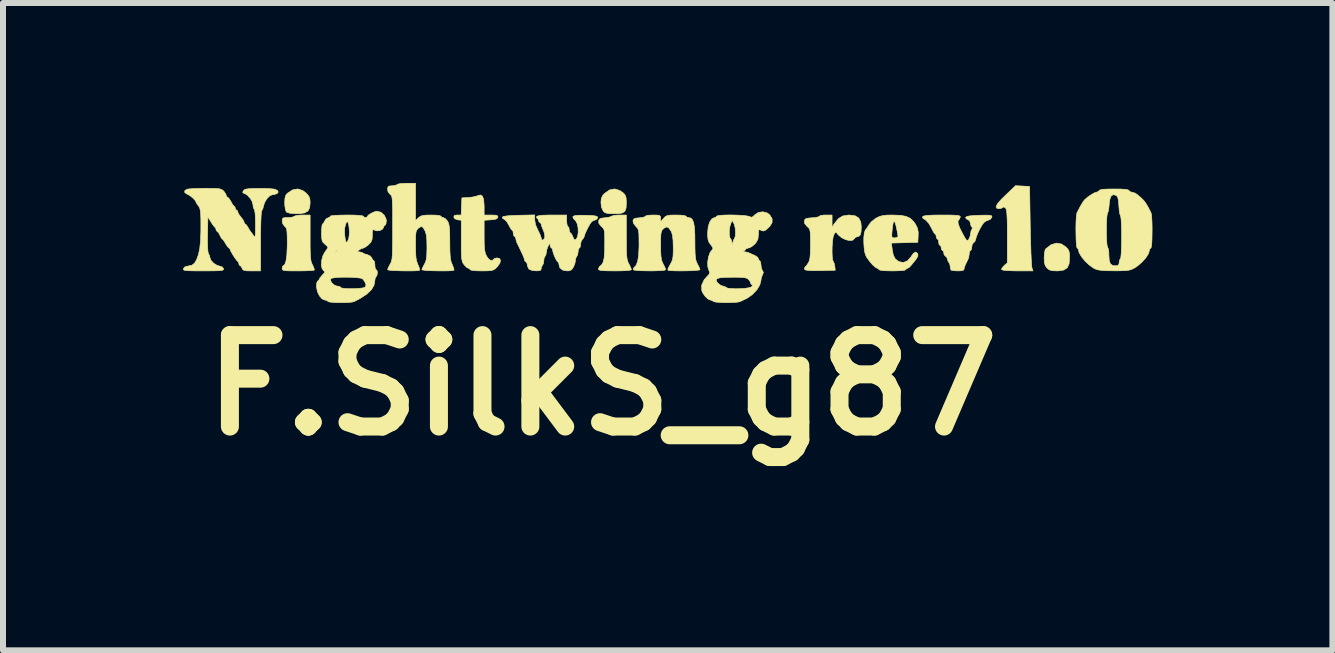
<source format=kicad_pcb>
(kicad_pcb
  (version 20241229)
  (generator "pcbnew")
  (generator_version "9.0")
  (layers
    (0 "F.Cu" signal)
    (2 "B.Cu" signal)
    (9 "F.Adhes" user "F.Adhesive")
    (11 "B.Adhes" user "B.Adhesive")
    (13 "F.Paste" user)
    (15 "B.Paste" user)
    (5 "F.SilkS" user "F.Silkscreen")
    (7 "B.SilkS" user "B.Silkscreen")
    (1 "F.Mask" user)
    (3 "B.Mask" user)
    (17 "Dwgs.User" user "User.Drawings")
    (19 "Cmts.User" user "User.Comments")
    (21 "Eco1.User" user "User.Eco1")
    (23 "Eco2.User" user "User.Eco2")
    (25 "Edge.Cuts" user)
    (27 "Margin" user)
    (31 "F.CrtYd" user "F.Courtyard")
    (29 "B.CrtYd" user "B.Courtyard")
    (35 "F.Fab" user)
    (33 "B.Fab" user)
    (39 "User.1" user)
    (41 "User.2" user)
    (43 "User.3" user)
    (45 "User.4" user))
  (footprint "F.SilkS_g87"
    (layer "F.Cu")
    (at 6.987 3.37)
    (property "Reference" "F.SilkS_g87" (at 0 0 0) (layer "F.SilkS") (effects (font (size 1.524 1.524) (thickness 0.3))))
    (attr through_hole)
    (fp_poly (pts (xy -4.988 -3.242) (xy -4.928 -3.196) (xy -4.888 -3.147) (xy -4.871 -3.092) (xy -4.868 -3.044) (xy -4.876 -2.959) (xy -4.904 -2.904) (xy -4.958 -2.872) (xy -5.044 -2.859) (xy -5.093 -2.858) (xy -5.191 -2.864) (xy -5.25 -2.878) (xy -5.265 -2.889) (xy -5.28 -2.926) (xy -5.289 -2.989) (xy -5.292 -3.039) (xy -5.288 -3.115) (xy -5.275 -3.163) (xy -5.249 -3.197) (xy -5.244 -3.201) (xy -5.157 -3.257) (xy -5.072 -3.271) (xy -4.988 -3.242)) (stroke (width 0.01) (type solid)) (fill yes) (layer "F.SilkS"))
    (fp_poly (pts (xy 0.293 -3.245) (xy 0.355 -3.201) (xy 0.383 -3.168) (xy 0.398 -3.123) (xy 0.402 -3.052) (xy 0.402 -3.039) (xy 0.398 -2.955) (xy 0.38 -2.901) (xy 0.34 -2.872) (xy 0.272 -2.86) (xy 0.197 -2.858) (xy 0.117 -2.86) (xy 0.066 -2.868) (xy 0.034 -2.885) (xy 0.016 -2.904) (xy -0.012 -2.965) (xy -0.021 -3.045) (xy -0.015 -3.115) (xy 0.011 -3.166) (xy 0.039 -3.196) (xy 0.123 -3.255) (xy 0.207 -3.271) (xy 0.293 -3.245)) (stroke (width 0.01) (type solid)) (fill yes) (layer "F.SilkS"))
    (fp_poly (pts (xy 7.654 -2.353) (xy 7.721 -2.309) (xy 7.76 -2.271) (xy 7.78 -2.234) (xy 7.788 -2.182) (xy 7.789 -2.123) (xy 7.781 -2.023) (xy 7.751 -1.957) (xy 7.694 -1.92) (xy 7.606 -1.906) (xy 7.575 -1.905) (xy 7.499 -1.909) (xy 7.45 -1.923) (xy 7.413 -1.953) (xy 7.412 -1.954) (xy 7.383 -1.995) (xy 7.369 -2.05) (xy 7.366 -2.125) (xy 7.371 -2.199) (xy 7.382 -2.254) (xy 7.392 -2.273) (xy 7.483 -2.342) (xy 7.57 -2.368) (xy 7.654 -2.353)) (stroke (width 0.01) (type solid)) (fill yes) (layer "F.SilkS"))
    (fp_poly (pts (xy 7.005 -3.319) (xy 7.123 -3.313) (xy 7.134 -2.656) (xy 7.137 -2.492) (xy 7.142 -2.339) (xy 7.146 -2.204) (xy 7.151 -2.093) (xy 7.156 -2.01) (xy 7.161 -1.961) (xy 7.163 -1.953) (xy 7.18 -1.905) (xy 6.925 -1.905) (xy 6.824 -1.907) (xy 6.74 -1.911) (xy 6.681 -1.918) (xy 6.657 -1.926) (xy 6.663 -1.952) (xy 6.693 -1.988) (xy 6.698 -1.993) (xy 6.752 -2.04) (xy 6.752 -2.482) (xy 6.752 -2.636) (xy 6.75 -2.753) (xy 6.746 -2.838) (xy 6.741 -2.897) (xy 6.733 -2.933) (xy 6.723 -2.953) (xy 6.722 -2.954) (xy 6.691 -2.972) (xy 6.678 -2.963) (xy 6.649 -2.947) (xy 6.613 -2.942) (xy 6.573 -2.951) (xy 6.565 -2.977) (xy 6.588 -3.023) (xy 6.645 -3.09) (xy 6.725 -3.169) (xy 6.888 -3.325) (xy 7.005 -3.319)) (stroke (width 0.01) (type solid)) (fill yes) (layer "F.SilkS"))
    (fp_poly (pts (xy 0.402 -2.467) (xy 0.403 -2.33) (xy 0.404 -2.229) (xy 0.408 -2.155) (xy 0.415 -2.103) (xy 0.425 -2.064) (xy 0.439 -2.032) (xy 0.445 -2.021) (xy 0.471 -1.969) (xy 0.486 -1.931) (xy 0.487 -1.926) (xy 0.467 -1.917) (xy 0.41 -1.911) (xy 0.322 -1.906) (xy 0.212 -1.905) (xy 0.096 -1.906) (xy 0.017 -1.909) (xy -0.031 -1.914) (xy -0.056 -1.923) (xy -0.063 -1.935) (xy -0.064 -1.936) (xy -0.048 -1.974) (xy -0.037 -1.983) (xy -0.004 -2.013) (xy 0.018 -2.058) (xy 0.033 -2.126) (xy 0.04 -2.222) (xy 0.042 -2.348) (xy 0.042 -2.455) (xy 0.04 -2.528) (xy 0.034 -2.576) (xy 0.024 -2.606) (xy 0.007 -2.627) (xy -0.012 -2.643) (xy -0.055 -2.695) (xy -0.06 -2.735) (xy -0.049 -2.766) (xy -0.02 -2.782) (xy 0.039 -2.79) (xy 0.042 -2.79) (xy 0.104 -2.798) (xy 0.149 -2.811) (xy 0.158 -2.817) (xy 0.189 -2.828) (xy 0.247 -2.835) (xy 0.29 -2.836) (xy 0.402 -2.836) (xy 0.402 -2.467)) (stroke (width 0.01) (type solid)) (fill yes) (layer "F.SilkS"))
    (fp_poly (pts (xy -4.868 -2.456) (xy -4.868 -2.317) (xy -4.866 -2.213) (xy -4.862 -2.138) (xy -4.856 -2.084) (xy -4.847 -2.045) (xy -4.833 -2.013) (xy -4.827 -2.003) (xy -4.805 -1.954) (xy -4.798 -1.922) (xy -4.799 -1.918) (xy -4.824 -1.913) (xy -4.883 -1.909) (xy -4.966 -1.906) (xy -5.067 -1.905) (xy -5.073 -1.905) (xy -5.182 -1.905) (xy -5.255 -1.907) (xy -5.3 -1.912) (xy -5.324 -1.92) (xy -5.333 -1.934) (xy -5.334 -1.947) (xy -5.327 -1.982) (xy -5.318 -1.99) (xy -5.291 -2.011) (xy -5.27 -2.072) (xy -5.256 -2.172) (xy -5.25 -2.308) (xy -5.249 -2.36) (xy -5.25 -2.469) (xy -5.253 -2.544) (xy -5.258 -2.592) (xy -5.268 -2.621) (xy -5.284 -2.64) (xy -5.292 -2.646) (xy -5.326 -2.693) (xy -5.334 -2.735) (xy -5.331 -2.772) (xy -5.313 -2.789) (xy -5.27 -2.794) (xy -5.24 -2.794) (xy -5.18 -2.798) (xy -5.14 -2.809) (xy -5.133 -2.815) (xy -5.106 -2.826) (xy -5.051 -2.834) (xy -4.994 -2.836) (xy -4.868 -2.836) (xy -4.868 -2.456)) (stroke (width 0.01) (type solid)) (fill yes) (layer "F.SilkS"))
    (fp_poly (pts (xy -1.996 -3.151) (xy -1.976 -3.096) (xy -1.969 -3.002) (xy -1.968 -2.982) (xy -1.968 -2.836) (xy -1.851 -2.836) (xy -1.783 -2.834) (xy -1.749 -2.827) (xy -1.739 -2.811) (xy -1.74 -2.799) (xy -1.754 -2.776) (xy -1.794 -2.762) (xy -1.858 -2.756) (xy -1.968 -2.749) (xy -1.968 -2.486) (xy -1.967 -2.362) (xy -1.962 -2.271) (xy -1.95 -2.206) (xy -1.931 -2.157) (xy -1.903 -2.116) (xy -1.891 -2.102) (xy -1.853 -2.077) (xy -1.823 -2.083) (xy -1.817 -2.095) (xy -1.793 -2.113) (xy -1.757 -2.121) (xy -1.712 -2.113) (xy -1.695 -2.081) (xy -1.706 -2.033) (xy -1.746 -1.977) (xy -1.754 -1.968) (xy -1.786 -1.938) (xy -1.817 -1.92) (xy -1.857 -1.91) (xy -1.918 -1.906) (xy -2.009 -1.905) (xy -2.101 -1.907) (xy -2.167 -1.913) (xy -2.199 -1.923) (xy -2.201 -1.926) (xy -2.218 -1.946) (xy -2.229 -1.947) (xy -2.259 -1.963) (xy -2.297 -2.002) (xy -2.303 -2.01) (xy -2.321 -2.036) (xy -2.333 -2.066) (xy -2.341 -2.105) (xy -2.346 -2.162) (xy -2.349 -2.244) (xy -2.349 -2.358) (xy -2.349 -2.411) (xy -2.349 -2.749) (xy -2.408 -2.756) (xy -2.456 -2.774) (xy -2.473 -2.799) (xy -2.468 -2.826) (xy -2.434 -2.836) (xy -2.416 -2.836) (xy -2.351 -2.836) (xy -2.339 -3.122) (xy -2.233 -3.128) (xy -2.161 -3.136) (xy -2.099 -3.15) (xy -2.08 -3.157) (xy -2.031 -3.171) (xy -1.996 -3.151)) (stroke (width 0.01) (type solid)) (fill yes) (layer "F.SilkS"))
    (fp_poly (pts (xy 3.831 -2.736) (xy 3.831 -2.635) (xy 3.873 -2.698) (xy 3.937 -2.776) (xy 4.008 -2.82) (xy 4.1 -2.835) (xy 4.119 -2.836) (xy 4.214 -2.824) (xy 4.276 -2.786) (xy 4.31 -2.719) (xy 4.318 -2.641) (xy 4.314 -2.553) (xy 4.299 -2.501) (xy 4.271 -2.479) (xy 4.255 -2.477) (xy 4.216 -2.461) (xy 4.205 -2.445) (xy 4.174 -2.416) (xy 4.121 -2.411) (xy 4.056 -2.426) (xy 3.99 -2.459) (xy 3.933 -2.507) (xy 3.919 -2.525) (xy 3.897 -2.549) (xy 3.881 -2.543) (xy 3.861 -2.507) (xy 3.847 -2.461) (xy 3.838 -2.39) (xy 3.832 -2.304) (xy 3.831 -2.217) (xy 3.834 -2.139) (xy 3.842 -2.083) (xy 3.851 -2.063) (xy 3.867 -2.028) (xy 3.877 -1.979) (xy 3.884 -1.916) (xy 3.637 -1.91) (xy 3.513 -1.909) (xy 3.429 -1.913) (xy 3.383 -1.922) (xy 3.375 -1.928) (xy 3.373 -1.958) (xy 3.379 -1.966) (xy 3.403 -1.992) (xy 3.434 -2.036) (xy 3.435 -2.037) (xy 3.451 -2.071) (xy 3.462 -2.118) (xy 3.468 -2.186) (xy 3.471 -2.285) (xy 3.471 -2.347) (xy 3.471 -2.455) (xy 3.469 -2.528) (xy 3.463 -2.575) (xy 3.453 -2.606) (xy 3.436 -2.627) (xy 3.417 -2.643) (xy 3.374 -2.695) (xy 3.369 -2.735) (xy 3.378 -2.763) (xy 3.4 -2.778) (xy 3.448 -2.786) (xy 3.498 -2.79) (xy 3.563 -2.796) (xy 3.607 -2.807) (xy 3.619 -2.816) (xy 3.639 -2.828) (xy 3.687 -2.835) (xy 3.725 -2.836) (xy 3.831 -2.836) (xy 3.831 -2.736)) (stroke (width 0.01) (type solid)) (fill yes) (layer "F.SilkS"))
    (fp_poly (pts (xy 4.97 -2.831) (xy 5.064 -2.814) (xy 5.134 -2.781) (xy 5.19 -2.727) (xy 5.22 -2.685) (xy 5.254 -2.618) (xy 5.267 -2.55) (xy 5.266 -2.491) (xy 5.26 -2.381) (xy 5.04 -2.375) (xy 4.82 -2.369) (xy 4.833 -2.266) (xy 4.851 -2.171) (xy 4.882 -2.108) (xy 4.932 -2.067) (xy 4.949 -2.058) (xy 5.019 -2.046) (xy 5.087 -2.072) (xy 5.144 -2.135) (xy 5.155 -2.153) (xy 5.19 -2.201) (xy 5.223 -2.218) (xy 5.226 -2.218) (xy 5.259 -2.195) (xy 5.262 -2.153) (xy 5.234 -2.103) (xy 5.233 -2.101) (xy 5.19 -2.049) (xy 5.153 -2.002) (xy 5.117 -1.964) (xy 5.086 -1.947) (xy 5.086 -1.947) (xy 5.061 -1.934) (xy 5.059 -1.926) (xy 5.039 -1.916) (xy 4.982 -1.909) (xy 4.894 -1.906) (xy 4.837 -1.905) (xy 4.735 -1.907) (xy 4.661 -1.912) (xy 4.62 -1.921) (xy 4.614 -1.926) (xy 4.598 -1.946) (xy 4.587 -1.947) (xy 4.554 -1.964) (xy 4.507 -2.006) (xy 4.457 -2.064) (xy 4.411 -2.128) (xy 4.397 -2.152) (xy 4.378 -2.207) (xy 4.366 -2.286) (xy 4.36 -2.376) (xy 4.36 -2.463) (xy 4.366 -2.511) (xy 4.826 -2.511) (xy 4.828 -2.474) (xy 4.841 -2.458) (xy 4.869 -2.455) (xy 4.876 -2.455) (xy 4.917 -2.464) (xy 4.93 -2.482) (xy 4.926 -2.516) (xy 4.914 -2.576) (xy 4.903 -2.634) (xy 4.884 -2.704) (xy 4.868 -2.732) (xy 4.853 -2.718) (xy 4.841 -2.661) (xy 4.832 -2.581) (xy 4.826 -2.511) (xy 4.366 -2.511) (xy 4.368 -2.537) (xy 4.384 -2.583) (xy 4.387 -2.587) (xy 4.416 -2.625) (xy 4.448 -2.677) (xy 4.488 -2.725) (xy 4.548 -2.773) (xy 4.57 -2.787) (xy 4.622 -2.812) (xy 4.677 -2.827) (xy 4.748 -2.835) (xy 4.844 -2.836) (xy 4.97 -2.831)) (stroke (width 0.01) (type solid)) (fill yes) (layer "F.SilkS"))
    (fp_poly (pts (xy 1.315 -2.834) (xy 1.372 -2.827) (xy 1.397 -2.817) (xy 1.397 -2.815) (xy 1.415 -2.798) (xy 1.437 -2.794) (xy 1.476 -2.786) (xy 1.505 -2.757) (xy 1.525 -2.704) (xy 1.538 -2.622) (xy 1.544 -2.506) (xy 1.545 -2.393) (xy 1.546 -2.271) (xy 1.549 -2.182) (xy 1.555 -2.12) (xy 1.564 -2.074) (xy 1.579 -2.037) (xy 1.587 -2.021) (xy 1.614 -1.969) (xy 1.629 -1.931) (xy 1.63 -1.926) (xy 1.61 -1.918) (xy 1.558 -1.913) (xy 1.483 -1.908) (xy 1.395 -1.906) (xy 1.303 -1.905) (xy 1.218 -1.906) (xy 1.148 -1.909) (xy 1.104 -1.914) (xy 1.095 -1.918) (xy 1.097 -1.942) (xy 1.119 -1.987) (xy 1.134 -2.013) (xy 1.158 -2.056) (xy 1.173 -2.099) (xy 1.181 -2.154) (xy 1.184 -2.232) (xy 1.184 -2.301) (xy 1.181 -2.413) (xy 1.172 -2.492) (xy 1.157 -2.547) (xy 1.146 -2.57) (xy 1.108 -2.623) (xy 1.075 -2.638) (xy 1.034 -2.619) (xy 1.02 -2.607) (xy 0.999 -2.586) (xy 0.986 -2.559) (xy 0.978 -2.518) (xy 0.975 -2.453) (xy 0.974 -2.357) (xy 0.974 -2.332) (xy 0.975 -2.221) (xy 0.98 -2.143) (xy 0.989 -2.087) (xy 1.005 -2.043) (xy 1.016 -2.021) (xy 1.043 -1.969) (xy 1.057 -1.931) (xy 1.058 -1.926) (xy 1.039 -1.917) (xy 0.987 -1.911) (xy 0.912 -1.907) (xy 0.823 -1.905) (xy 0.731 -1.906) (xy 0.645 -1.908) (xy 0.575 -1.913) (xy 0.53 -1.919) (xy 0.519 -1.925) (xy 0.522 -1.952) (xy 0.527 -1.957) (xy 0.565 -1.997) (xy 0.591 -2.065) (xy 0.607 -2.166) (xy 0.614 -2.304) (xy 0.614 -2.349) (xy 0.613 -2.455) (xy 0.611 -2.528) (xy 0.605 -2.576) (xy 0.594 -2.607) (xy 0.576 -2.631) (xy 0.56 -2.647) (xy 0.523 -2.695) (xy 0.512 -2.74) (xy 0.524 -2.768) (xy 0.556 -2.783) (xy 0.619 -2.79) (xy 0.678 -2.797) (xy 0.714 -2.809) (xy 0.72 -2.816) (xy 0.739 -2.827) (xy 0.789 -2.834) (xy 0.847 -2.836) (xy 0.917 -2.835) (xy 0.955 -2.829) (xy 0.971 -2.814) (xy 0.974 -2.785) (xy 0.974 -2.78) (xy 0.974 -2.724) (xy 1.022 -2.78) (xy 1.05 -2.809) (xy 1.081 -2.826) (xy 1.127 -2.834) (xy 1.199 -2.836) (xy 1.234 -2.836) (xy 1.315 -2.834)) (stroke (width 0.01) (type solid)) (fill yes) (layer "F.SilkS"))
    (fp_poly (pts (xy 5.786 -2.836) (xy 5.872 -2.833) (xy 5.927 -2.829) (xy 5.957 -2.821) (xy 5.968 -2.81) (xy 5.969 -2.806) (xy 5.956 -2.77) (xy 5.948 -2.762) (xy 5.93 -2.737) (xy 5.933 -2.692) (xy 5.958 -2.622) (xy 6.003 -2.533) (xy 6.042 -2.461) (xy 6.068 -2.422) (xy 6.086 -2.41) (xy 6.101 -2.419) (xy 6.108 -2.428) (xy 6.131 -2.479) (xy 6.138 -2.52) (xy 6.147 -2.57) (xy 6.161 -2.597) (xy 6.173 -2.622) (xy 6.161 -2.634) (xy 6.143 -2.664) (xy 6.138 -2.698) (xy 6.122 -2.743) (xy 6.094 -2.758) (xy 6.062 -2.778) (xy 6.058 -2.798) (xy 6.078 -2.812) (xy 6.127 -2.822) (xy 6.211 -2.829) (xy 6.285 -2.832) (xy 6.382 -2.834) (xy 6.445 -2.833) (xy 6.48 -2.828) (xy 6.494 -2.818) (xy 6.495 -2.801) (xy 6.494 -2.8) (xy 6.47 -2.766) (xy 6.445 -2.755) (xy 6.395 -2.735) (xy 6.364 -2.713) (xy 6.334 -2.674) (xy 6.297 -2.611) (xy 6.262 -2.539) (xy 6.235 -2.472) (xy 6.223 -2.425) (xy 6.223 -2.422) (xy 6.206 -2.388) (xy 6.191 -2.378) (xy 6.168 -2.35) (xy 6.16 -2.305) (xy 6.153 -2.261) (xy 6.138 -2.244) (xy 6.122 -2.226) (xy 6.117 -2.19) (xy 6.109 -2.131) (xy 6.096 -2.095) (xy 6.068 -2.039) (xy 6.054 -2.011) (xy 6.036 -1.963) (xy 6.032 -1.937) (xy 6.021 -1.917) (xy 5.982 -1.907) (xy 5.93 -1.905) (xy 5.867 -1.908) (xy 5.824 -1.915) (xy 5.814 -1.919) (xy 5.803 -1.949) (xy 5.8 -1.981) (xy 5.791 -2.025) (xy 5.779 -2.043) (xy 5.76 -2.073) (xy 5.757 -2.094) (xy 5.742 -2.133) (xy 5.726 -2.145) (xy 5.699 -2.174) (xy 5.694 -2.201) (xy 5.685 -2.235) (xy 5.673 -2.244) (xy 5.655 -2.261) (xy 5.652 -2.286) (xy 5.643 -2.32) (xy 5.63 -2.328) (xy 5.614 -2.346) (xy 5.609 -2.381) (xy 5.602 -2.421) (xy 5.588 -2.434) (xy 5.571 -2.452) (xy 5.567 -2.477) (xy 5.56 -2.511) (xy 5.55 -2.519) (xy 5.532 -2.536) (xy 5.506 -2.581) (xy 5.493 -2.609) (xy 5.445 -2.695) (xy 5.389 -2.756) (xy 5.349 -2.778) (xy 5.338 -2.799) (xy 5.342 -2.811) (xy 5.366 -2.822) (xy 5.424 -2.83) (xy 5.518 -2.835) (xy 5.652 -2.836) (xy 5.663 -2.836) (xy 5.786 -2.836)) (stroke (width 0.01) (type solid)) (fill yes) (layer "F.SilkS"))
    (fp_poly (pts (xy -3.111 -2.744) (xy -3.063 -2.79) (xy -3.03 -2.815) (xy -2.99 -2.829) (xy -2.929 -2.835) (xy -2.851 -2.836) (xy -2.769 -2.834) (xy -2.712 -2.827) (xy -2.688 -2.817) (xy -2.688 -2.815) (xy -2.671 -2.797) (xy -2.65 -2.794) (xy -2.615 -2.777) (xy -2.579 -2.736) (xy -2.576 -2.733) (xy -2.561 -2.699) (xy -2.55 -2.653) (xy -2.544 -2.588) (xy -2.541 -2.496) (xy -2.54 -2.382) (xy -2.539 -2.258) (xy -2.535 -2.168) (xy -2.528 -2.102) (xy -2.517 -2.053) (xy -2.5 -2.011) (xy -2.5 -2.011) (xy -2.478 -1.958) (xy -2.47 -1.923) (xy -2.472 -1.917) (xy -2.498 -1.91) (xy -2.555 -1.906) (xy -2.633 -1.905) (xy -2.723 -1.905) (xy -2.814 -1.907) (xy -2.897 -1.91) (xy -2.962 -1.915) (xy -3 -1.922) (xy -3.006 -1.926) (xy -2.995 -1.956) (xy -2.97 -2.004) (xy -2.963 -2.016) (xy -2.943 -2.056) (xy -2.931 -2.104) (xy -2.924 -2.171) (xy -2.921 -2.266) (xy -2.921 -2.302) (xy -2.923 -2.417) (xy -2.931 -2.5) (xy -2.947 -2.56) (xy -2.973 -2.609) (xy -2.994 -2.636) (xy -3.02 -2.644) (xy -3.06 -2.619) (xy -3.063 -2.617) (xy -3.084 -2.596) (xy -3.098 -2.57) (xy -3.106 -2.532) (xy -3.11 -2.472) (xy -3.111 -2.381) (xy -3.111 -2.334) (xy -3.11 -2.218) (xy -3.105 -2.134) (xy -3.094 -2.072) (xy -3.077 -2.023) (xy -3.072 -2.011) (xy -3.05 -1.958) (xy -3.042 -1.923) (xy -3.043 -1.917) (xy -3.07 -1.91) (xy -3.127 -1.906) (xy -3.205 -1.905) (xy -3.294 -1.905) (xy -3.385 -1.907) (xy -3.468 -1.91) (xy -3.534 -1.915) (xy -3.572 -1.922) (xy -3.577 -1.926) (xy -3.567 -1.956) (xy -3.542 -2.004) (xy -3.535 -2.016) (xy -3.522 -2.04) (xy -3.512 -2.067) (xy -3.504 -2.104) (xy -3.499 -2.155) (xy -3.496 -2.226) (xy -3.494 -2.323) (xy -3.493 -2.45) (xy -3.493 -2.615) (xy -3.493 -2.619) (xy -3.493 -2.783) (xy -3.493 -2.911) (xy -3.495 -3.005) (xy -3.498 -3.073) (xy -3.503 -3.119) (xy -3.509 -3.149) (xy -3.518 -3.166) (xy -3.53 -3.177) (xy -3.535 -3.18) (xy -3.57 -3.224) (xy -3.577 -3.265) (xy -3.572 -3.304) (xy -3.549 -3.32) (xy -3.504 -3.323) (xy -3.452 -3.329) (xy -3.42 -3.342) (xy -3.418 -3.344) (xy -3.392 -3.355) (xy -3.336 -3.362) (xy -3.261 -3.365) (xy -3.258 -3.365) (xy -3.111 -3.365) (xy -3.111 -2.744)) (stroke (width 0.01) (type solid)) (fill yes) (layer "F.SilkS"))
    (fp_poly (pts (xy 8.645 -3.269) (xy 8.722 -3.264) (xy 8.765 -3.255) (xy 8.779 -3.244) (xy 8.805 -3.222) (xy 8.828 -3.217) (xy 8.874 -3.204) (xy 8.914 -3.18) (xy 8.979 -3.125) (xy 9.026 -3.079) (xy 9.063 -3.029) (xy 9.101 -2.964) (xy 9.147 -2.874) (xy 9.155 -2.838) (xy 9.16 -2.773) (xy 9.164 -2.689) (xy 9.165 -2.595) (xy 9.164 -2.499) (xy 9.162 -2.411) (xy 9.157 -2.34) (xy 9.15 -2.296) (xy 9.144 -2.286) (xy 9.125 -2.269) (xy 9.123 -2.257) (xy 9.106 -2.195) (xy 9.06 -2.122) (xy 8.993 -2.048) (xy 8.914 -1.981) (xy 8.863 -1.949) (xy 8.823 -1.93) (xy 8.779 -1.917) (xy 8.721 -1.91) (xy 8.641 -1.907) (xy 8.528 -1.906) (xy 8.524 -1.907) (xy 8.409 -1.908) (xy 8.327 -1.913) (xy 8.268 -1.921) (xy 8.225 -1.934) (xy 8.191 -1.95) (xy 8.117 -2.003) (xy 8.046 -2.07) (xy 7.987 -2.143) (xy 7.948 -2.21) (xy 7.938 -2.254) (xy 7.926 -2.282) (xy 7.916 -2.286) (xy 7.908 -2.306) (xy 7.902 -2.358) (xy 7.898 -2.435) (xy 7.896 -2.526) (xy 7.895 -2.604) (xy 8.403 -2.604) (xy 8.404 -2.508) (xy 8.407 -2.42) (xy 8.412 -2.349) (xy 8.42 -2.305) (xy 8.424 -2.297) (xy 8.436 -2.27) (xy 8.444 -2.214) (xy 8.445 -2.162) (xy 8.451 -2.074) (xy 8.471 -2.021) (xy 8.509 -1.995) (xy 8.556 -1.99) (xy 8.599 -1.996) (xy 8.614 -2.024) (xy 8.615 -2.041) (xy 8.623 -2.086) (xy 8.636 -2.106) (xy 8.644 -2.131) (xy 8.65 -2.19) (xy 8.654 -2.273) (xy 8.656 -2.373) (xy 8.657 -2.48) (xy 8.656 -2.587) (xy 8.653 -2.683) (xy 8.649 -2.761) (xy 8.642 -2.812) (xy 8.637 -2.827) (xy 8.626 -2.857) (xy 8.617 -2.916) (xy 8.611 -2.993) (xy 8.611 -2.993) (xy 8.604 -3.078) (xy 8.592 -3.131) (xy 8.572 -3.159) (xy 8.567 -3.162) (xy 8.518 -3.177) (xy 8.481 -3.151) (xy 8.458 -3.087) (xy 8.45 -3.014) (xy 8.443 -2.943) (xy 8.432 -2.89) (xy 8.423 -2.869) (xy 8.415 -2.84) (xy 8.409 -2.78) (xy 8.405 -2.698) (xy 8.403 -2.604) (xy 7.895 -2.604) (xy 7.895 -2.622) (xy 7.897 -2.715) (xy 7.901 -2.794) (xy 7.908 -2.852) (xy 7.913 -2.874) (xy 7.971 -2.985) (xy 8.016 -3.06) (xy 8.042 -3.092) (xy 8.095 -3.138) (xy 8.156 -3.179) (xy 8.21 -3.209) (xy 8.241 -3.217) (xy 8.274 -3.232) (xy 8.281 -3.244) (xy 8.3 -3.256) (xy 8.348 -3.265) (xy 8.431 -3.269) (xy 8.53 -3.27) (xy 8.645 -3.269)) (stroke (width 0.01) (type solid)) (fill yes) (layer "F.SilkS"))
    (fp_poly (pts (xy -1.125 -2.758) (xy -1.112 -2.675) (xy -1.073 -2.586) (xy -1.071 -2.582) (xy -1.04 -2.52) (xy -1.02 -2.467) (xy -1.016 -2.448) (xy -1.006 -2.42) (xy -0.984 -2.422) (xy -0.963 -2.448) (xy -0.956 -2.473) (xy -0.961 -2.523) (xy -0.981 -2.583) (xy -0.983 -2.586) (xy -1.005 -2.639) (xy -1.016 -2.679) (xy -1.016 -2.681) (xy -1.029 -2.707) (xy -1.037 -2.709) (xy -1.056 -2.726) (xy -1.058 -2.739) (xy -1.073 -2.772) (xy -1.083 -2.778) (xy -1.097 -2.799) (xy -1.093 -2.811) (xy -1.064 -2.824) (xy -0.998 -2.832) (xy -0.891 -2.836) (xy -0.835 -2.836) (xy -0.593 -2.836) (xy -0.593 -2.741) (xy -0.588 -2.684) (xy -0.578 -2.65) (xy -0.572 -2.646) (xy -0.556 -2.628) (xy -0.55 -2.593) (xy -0.544 -2.553) (xy -0.531 -2.54) (xy -0.512 -2.522) (xy -0.491 -2.479) (xy -0.489 -2.474) (xy -0.47 -2.431) (xy -0.451 -2.423) (xy -0.434 -2.434) (xy -0.411 -2.476) (xy -0.4 -2.543) (xy -0.402 -2.62) (xy -0.416 -2.69) (xy -0.441 -2.738) (xy -0.445 -2.741) (xy -0.482 -2.78) (xy -0.49 -2.808) (xy -0.465 -2.824) (xy -0.405 -2.832) (xy -0.307 -2.832) (xy -0.28 -2.832) (xy -0.182 -2.828) (xy -0.12 -2.822) (xy -0.086 -2.812) (xy -0.074 -2.798) (xy -0.074 -2.794) (xy -0.092 -2.765) (xy -0.115 -2.755) (xy -0.161 -2.736) (xy -0.178 -2.723) (xy -0.205 -2.685) (xy -0.237 -2.628) (xy -0.268 -2.565) (xy -0.29 -2.512) (xy -0.296 -2.488) (xy -0.311 -2.452) (xy -0.328 -2.434) (xy -0.352 -2.395) (xy -0.36 -2.347) (xy -0.366 -2.303) (xy -0.381 -2.286) (xy -0.396 -2.268) (xy -0.402 -2.224) (xy -0.409 -2.175) (xy -0.423 -2.148) (xy -0.44 -2.119) (xy -0.445 -2.087) (xy -0.454 -2.034) (xy -0.477 -1.974) (xy -0.478 -1.972) (xy -0.509 -1.925) (xy -0.551 -1.907) (xy -0.585 -1.905) (xy -0.661 -1.919) (xy -0.707 -1.959) (xy -0.72 -2.009) (xy -0.727 -2.045) (xy -0.737 -2.053) (xy -0.755 -2.071) (xy -0.78 -2.115) (xy -0.804 -2.17) (xy -0.821 -2.223) (xy -0.826 -2.251) (xy -0.836 -2.281) (xy -0.847 -2.286) (xy -0.863 -2.304) (xy -0.868 -2.334) (xy -0.87 -2.362) (xy -0.879 -2.357) (xy -0.9 -2.321) (xy -0.923 -2.261) (xy -0.931 -2.211) (xy -0.94 -2.167) (xy -0.953 -2.148) (xy -0.968 -2.12) (xy -0.974 -2.074) (xy -0.98 -2.026) (xy -0.995 -2) (xy -1.013 -1.97) (xy -1.016 -1.946) (xy -1.023 -1.92) (xy -1.051 -1.908) (xy -1.106 -1.906) (xy -1.169 -1.913) (xy -1.215 -1.931) (xy -1.222 -1.937) (xy -1.245 -1.983) (xy -1.249 -2.01) (xy -1.258 -2.045) (xy -1.27 -2.053) (xy -1.29 -2.07) (xy -1.291 -2.079) (xy -1.3 -2.111) (xy -1.322 -2.167) (xy -1.348 -2.222) (xy -1.381 -2.291) (xy -1.409 -2.349) (xy -1.422 -2.376) (xy -1.437 -2.424) (xy -1.439 -2.444) (xy -1.451 -2.473) (xy -1.46 -2.477) (xy -1.476 -2.495) (xy -1.482 -2.529) (xy -1.488 -2.569) (xy -1.5 -2.582) (xy -1.518 -2.6) (xy -1.545 -2.644) (xy -1.556 -2.667) (xy -1.588 -2.722) (xy -1.623 -2.758) (xy -1.634 -2.764) (xy -1.663 -2.784) (xy -1.666 -2.801) (xy -1.642 -2.813) (xy -1.577 -2.823) (xy -1.471 -2.829) (xy -1.391 -2.832) (xy -1.124 -2.838) (xy -1.125 -2.758)) (stroke (width 0.01) (type solid)) (fill yes) (layer "F.SilkS"))
    (fp_poly (pts (xy 2.75 -2.871) (xy 2.793 -2.838) (xy 2.832 -2.773) (xy 2.831 -2.709) (xy 2.791 -2.644) (xy 2.727 -2.586) (xy 2.685 -2.569) (xy 2.647 -2.582) (xy 2.62 -2.593) (xy 2.608 -2.582) (xy 2.604 -2.542) (xy 2.603 -2.511) (xy 2.596 -2.437) (xy 2.566 -2.38) (xy 2.542 -2.352) (xy 2.493 -2.31) (xy 2.447 -2.288) (xy 2.436 -2.286) (xy 2.401 -2.278) (xy 2.392 -2.266) (xy 2.374 -2.245) (xy 2.355 -2.237) (xy 2.336 -2.229) (xy 2.358 -2.225) (xy 2.366 -2.225) (xy 2.422 -2.215) (xy 2.45 -2.204) (xy 2.498 -2.182) (xy 2.545 -2.162) (xy 2.587 -2.135) (xy 2.603 -2.107) (xy 2.615 -2.078) (xy 2.625 -2.074) (xy 2.639 -2.056) (xy 2.646 -2.011) (xy 2.646 -2.004) (xy 2.653 -1.948) (xy 2.671 -1.909) (xy 2.672 -1.909) (xy 2.687 -1.879) (xy 2.672 -1.841) (xy 2.651 -1.786) (xy 2.646 -1.749) (xy 2.627 -1.672) (xy 2.578 -1.59) (xy 2.505 -1.513) (xy 2.418 -1.451) (xy 2.392 -1.438) (xy 2.337 -1.412) (xy 2.302 -1.395) (xy 2.264 -1.385) (xy 2.198 -1.379) (xy 2.117 -1.377) (xy 2.031 -1.377) (xy 1.951 -1.38) (xy 1.888 -1.386) (xy 1.855 -1.395) (xy 1.852 -1.397) (xy 1.822 -1.416) (xy 1.806 -1.418) (xy 1.765 -1.435) (xy 1.718 -1.478) (xy 1.679 -1.533) (xy 1.659 -1.578) (xy 1.658 -1.668) (xy 1.698 -1.755) (xy 1.898 -1.755) (xy 1.91 -1.724) (xy 1.93 -1.7) (xy 1.974 -1.665) (xy 2.013 -1.651) (xy 2.052 -1.64) (xy 2.064 -1.63) (xy 2.092 -1.617) (xy 2.151 -1.61) (xy 2.228 -1.607) (xy 2.313 -1.609) (xy 2.392 -1.616) (xy 2.455 -1.626) (xy 2.49 -1.64) (xy 2.49 -1.64) (xy 2.506 -1.665) (xy 2.499 -1.672) (xy 2.478 -1.689) (xy 2.477 -1.697) (xy 2.463 -1.731) (xy 2.441 -1.76) (xy 2.42 -1.778) (xy 2.388 -1.789) (xy 2.337 -1.796) (xy 2.258 -1.799) (xy 2.171 -1.799) (xy 2.048 -1.797) (xy 1.963 -1.79) (xy 1.915 -1.776) (xy 1.898 -1.755) (xy 1.698 -1.755) (xy 1.698 -1.755) (xy 1.74 -1.803) (xy 1.78 -1.847) (xy 1.792 -1.878) (xy 1.781 -1.907) (xy 1.76 -1.971) (xy 1.758 -2.052) (xy 1.771 -2.137) (xy 1.798 -2.212) (xy 1.836 -2.261) (xy 1.841 -2.264) (xy 1.845 -2.289) (xy 1.815 -2.335) (xy 1.81 -2.34) (xy 1.779 -2.383) (xy 1.763 -2.431) (xy 1.757 -2.499) (xy 1.757 -2.537) (xy 1.76 -2.57) (xy 2.118 -2.57) (xy 2.119 -2.506) (xy 2.128 -2.458) (xy 2.138 -2.445) (xy 2.155 -2.416) (xy 2.162 -2.375) (xy 2.164 -2.336) (xy 2.168 -2.338) (xy 2.174 -2.371) (xy 2.189 -2.419) (xy 2.203 -2.444) (xy 2.218 -2.482) (xy 2.222 -2.544) (xy 2.217 -2.615) (xy 2.203 -2.677) (xy 2.195 -2.694) (xy 2.168 -2.746) (xy 2.142 -2.692) (xy 2.126 -2.637) (xy 2.118 -2.57) (xy 1.76 -2.57) (xy 1.766 -2.635) (xy 1.79 -2.716) (xy 1.827 -2.772) (xy 1.871 -2.794) (xy 1.875 -2.794) (xy 1.902 -2.806) (xy 1.905 -2.815) (xy 1.925 -2.825) (xy 1.977 -2.832) (xy 2.052 -2.836) (xy 2.141 -2.837) (xy 2.234 -2.835) (xy 2.322 -2.831) (xy 2.395 -2.824) (xy 2.444 -2.815) (xy 2.455 -2.811) (xy 2.488 -2.798) (xy 2.518 -2.813) (xy 2.54 -2.837) (xy 2.602 -2.879) (xy 2.677 -2.89) (xy 2.75 -2.871)) (stroke (width 0.01) (type solid)) (fill yes) (layer "F.SilkS"))
    (fp_poly (pts (xy -3.686 -2.881) (xy -3.631 -2.832) (xy -3.601 -2.766) (xy -3.598 -2.74) (xy -3.604 -2.691) (xy -3.617 -2.667) (xy -3.619 -2.667) (xy -3.639 -2.65) (xy -3.641 -2.639) (xy -3.659 -2.603) (xy -3.703 -2.578) (xy -3.755 -2.572) (xy -3.786 -2.581) (xy -3.813 -2.592) (xy -3.826 -2.584) (xy -3.831 -2.547) (xy -3.831 -2.502) (xy -3.835 -2.433) (xy -3.854 -2.386) (xy -3.893 -2.344) (xy -3.894 -2.342) (xy -3.941 -2.306) (xy -3.978 -2.286) (xy -3.984 -2.285) (xy -4.021 -2.273) (xy -4.052 -2.254) (xy -4.081 -2.23) (xy -4.075 -2.223) (xy -4.051 -2.223) (xy -4.006 -2.213) (xy -3.989 -2.203) (xy -3.954 -2.185) (xy -3.916 -2.177) (xy -3.865 -2.152) (xy -3.842 -2.122) (xy -3.82 -2.086) (xy -3.805 -2.074) (xy -3.794 -2.056) (xy -3.789 -2.01) (xy -3.789 -2) (xy -3.784 -1.951) (xy -3.77 -1.927) (xy -3.768 -1.926) (xy -3.752 -1.908) (xy -3.747 -1.874) (xy -3.754 -1.83) (xy -3.768 -1.81) (xy -3.784 -1.78) (xy -3.789 -1.748) (xy -3.803 -1.667) (xy -3.846 -1.592) (xy -3.922 -1.519) (xy -4.035 -1.445) (xy -4.133 -1.394) (xy -4.17 -1.385) (xy -4.234 -1.379) (xy -4.313 -1.376) (xy -4.396 -1.376) (xy -4.474 -1.379) (xy -4.535 -1.385) (xy -4.568 -1.393) (xy -4.572 -1.397) (xy -4.59 -1.414) (xy -4.62 -1.418) (xy -4.668 -1.438) (xy -4.712 -1.488) (xy -4.746 -1.558) (xy -4.762 -1.636) (xy -4.763 -1.651) (xy -4.758 -1.704) (xy -4.746 -1.733) (xy -4.741 -1.736) (xy -4.729 -1.745) (xy -4.529 -1.745) (xy -4.508 -1.707) (xy -4.469 -1.672) (xy -4.423 -1.652) (xy -4.409 -1.651) (xy -4.372 -1.643) (xy -4.36 -1.63) (xy -4.341 -1.619) (xy -4.291 -1.612) (xy -4.22 -1.608) (xy -4.14 -1.609) (xy -4.062 -1.613) (xy -3.997 -1.62) (xy -3.956 -1.631) (xy -3.95 -1.635) (xy -3.936 -1.674) (xy -3.96 -1.73) (xy -3.994 -1.772) (xy -4.025 -1.784) (xy -4.088 -1.792) (xy -4.172 -1.798) (xy -4.266 -1.8) (xy -4.359 -1.799) (xy -4.44 -1.794) (xy -4.499 -1.785) (xy -4.523 -1.776) (xy -4.529 -1.745) (xy -4.729 -1.745) (xy -4.721 -1.752) (xy -4.72 -1.758) (xy -4.706 -1.786) (xy -4.672 -1.827) (xy -4.665 -1.835) (xy -4.631 -1.873) (xy -4.626 -1.894) (xy -4.644 -1.909) (xy -4.67 -1.946) (xy -4.681 -2.008) (xy -4.675 -2.083) (xy -4.655 -2.158) (xy -4.625 -2.214) (xy -4.611 -2.233) (xy -4.445 -2.233) (xy -4.434 -2.223) (xy -4.424 -2.233) (xy -4.434 -2.244) (xy -4.445 -2.233) (xy -4.611 -2.233) (xy -4.592 -2.26) (xy -4.573 -2.292) (xy -4.572 -2.297) (xy -4.587 -2.319) (xy -4.623 -2.352) (xy -4.625 -2.353) (xy -4.653 -2.38) (xy -4.669 -2.413) (xy -4.676 -2.463) (xy -4.678 -2.528) (xy -4.295 -2.528) (xy -4.283 -2.434) (xy -4.272 -2.389) (xy -4.26 -2.381) (xy -4.241 -2.403) (xy -4.224 -2.447) (xy -4.215 -2.513) (xy -4.214 -2.549) (xy -4.218 -2.621) (xy -4.226 -2.68) (xy -4.231 -2.698) (xy -4.245 -2.727) (xy -4.258 -2.72) (xy -4.272 -2.694) (xy -4.292 -2.624) (xy -4.295 -2.528) (xy -4.678 -2.528) (xy -4.678 -2.542) (xy -4.675 -2.614) (xy -4.669 -2.667) (xy -4.66 -2.688) (xy -4.659 -2.688) (xy -4.64 -2.706) (xy -4.629 -2.732) (xy -4.601 -2.773) (xy -4.574 -2.787) (xy -4.538 -2.804) (xy -4.53 -2.818) (xy -4.51 -2.825) (xy -4.455 -2.83) (xy -4.375 -2.834) (xy -4.275 -2.836) (xy -4.255 -2.836) (xy -4.137 -2.835) (xy -4.049 -2.83) (xy -3.995 -2.823) (xy -3.979 -2.815) (xy -3.962 -2.796) (xy -3.948 -2.794) (xy -3.919 -2.803) (xy -3.916 -2.811) (xy -3.898 -2.834) (xy -3.856 -2.862) (xy -3.804 -2.887) (xy -3.758 -2.899) (xy -3.751 -2.9) (xy -3.686 -2.881)) (stroke (width 0.01) (type solid)) (fill yes) (layer "F.SilkS"))
    (fp_poly (pts (xy -6.5 -3.28) (xy -6.425 -3.278) (xy -6.375 -3.272) (xy -6.343 -3.262) (xy -6.32 -3.246) (xy -6.308 -3.235) (xy -6.277 -3.192) (xy -6.265 -3.16) (xy -6.252 -3.135) (xy -6.244 -3.133) (xy -6.222 -3.115) (xy -6.194 -3.072) (xy -6.187 -3.059) (xy -6.16 -3.011) (xy -6.138 -2.986) (xy -6.134 -2.985) (xy -6.119 -2.967) (xy -6.117 -2.953) (xy -6.106 -2.925) (xy -6.096 -2.921) (xy -6.077 -2.904) (xy -6.075 -2.89) (xy -6.061 -2.855) (xy -6.028 -2.81) (xy -6.022 -2.803) (xy -5.987 -2.757) (xy -5.969 -2.721) (xy -5.969 -2.717) (xy -5.959 -2.691) (xy -5.951 -2.688) (xy -5.93 -2.671) (xy -5.904 -2.631) (xy -5.904 -2.63) (xy -5.879 -2.586) (xy -5.862 -2.561) (xy -5.843 -2.538) (xy -5.814 -2.498) (xy -5.799 -2.478) (xy -5.789 -2.473) (xy -5.783 -2.491) (xy -5.78 -2.536) (xy -5.779 -2.615) (xy -5.779 -2.682) (xy -5.78 -2.782) (xy -5.785 -2.863) (xy -5.793 -2.915) (xy -5.8 -2.932) (xy -5.815 -2.96) (xy -5.821 -3.01) (xy -5.835 -3.062) (xy -5.869 -3.119) (xy -5.914 -3.167) (xy -5.957 -3.194) (xy -5.969 -3.196) (xy -5.99 -3.208) (xy -5.986 -3.234) (xy -5.961 -3.26) (xy -5.943 -3.267) (xy -5.893 -3.274) (xy -5.815 -3.279) (xy -5.72 -3.28) (xy -5.623 -3.279) (xy -5.535 -3.275) (xy -5.472 -3.269) (xy -5.464 -3.268) (xy -5.414 -3.247) (xy -5.4 -3.219) (xy -5.42 -3.193) (xy -5.469 -3.177) (xy -5.495 -3.175) (xy -5.541 -3.157) (xy -5.587 -3.11) (xy -5.625 -3.048) (xy -5.642 -2.997) (xy -5.656 -2.944) (xy -5.672 -2.911) (xy -5.675 -2.909) (xy -5.68 -2.885) (xy -5.685 -2.825) (xy -5.689 -2.735) (xy -5.692 -2.621) (xy -5.694 -2.488) (xy -5.694 -2.401) (xy -5.694 -1.905) (xy -5.841 -1.905) (xy -5.919 -1.906) (xy -5.966 -1.913) (xy -5.99 -1.926) (xy -6.001 -1.947) (xy -6.02 -1.982) (xy -6.034 -1.99) (xy -6.052 -2.007) (xy -6.054 -2.02) (xy -6.063 -2.051) (xy -6.07 -2.057) (xy -6.091 -2.079) (xy -6.125 -2.125) (xy -6.16 -2.18) (xy -6.189 -2.23) (xy -6.202 -2.263) (xy -6.202 -2.264) (xy -6.215 -2.285) (xy -6.22 -2.286) (xy -6.24 -2.303) (xy -6.269 -2.345) (xy -6.277 -2.36) (xy -6.306 -2.407) (xy -6.327 -2.433) (xy -6.331 -2.434) (xy -6.348 -2.452) (xy -6.37 -2.494) (xy -6.371 -2.498) (xy -6.394 -2.541) (xy -6.415 -2.561) (xy -6.416 -2.561) (xy -6.433 -2.578) (xy -6.435 -2.591) (xy -6.445 -2.623) (xy -6.451 -2.628) (xy -6.472 -2.649) (xy -6.504 -2.694) (xy -6.52 -2.72) (xy -6.572 -2.805) (xy -6.578 -2.51) (xy -6.579 -2.383) (xy -6.576 -2.285) (xy -6.57 -2.22) (xy -6.562 -2.193) (xy -6.543 -2.155) (xy -6.54 -2.133) (xy -6.522 -2.083) (xy -6.477 -2.033) (xy -6.418 -1.997) (xy -6.379 -1.986) (xy -6.329 -1.968) (xy -6.312 -1.942) (xy -6.312 -1.928) (xy -6.323 -1.918) (xy -6.351 -1.912) (xy -6.402 -1.908) (xy -6.48 -1.906) (xy -6.594 -1.905) (xy -6.646 -1.905) (xy -6.774 -1.905) (xy -6.865 -1.907) (xy -6.925 -1.91) (xy -6.961 -1.915) (xy -6.978 -1.924) (xy -6.982 -1.936) (xy -6.981 -1.942) (xy -6.955 -1.973) (xy -6.902 -1.986) (xy -6.838 -2) (xy -6.794 -2.034) (xy -6.759 -2.095) (xy -6.729 -2.178) (xy -6.708 -2.279) (xy -6.695 -2.407) (xy -6.689 -2.568) (xy -6.689 -2.642) (xy -6.689 -2.762) (xy -6.692 -2.847) (xy -6.697 -2.905) (xy -6.706 -2.945) (xy -6.719 -2.974) (xy -6.731 -2.99) (xy -6.76 -3.031) (xy -6.773 -3.057) (xy -6.773 -3.058) (xy -6.789 -3.086) (xy -6.827 -3.124) (xy -6.874 -3.161) (xy -6.916 -3.184) (xy -6.918 -3.184) (xy -6.957 -3.21) (xy -6.958 -3.241) (xy -6.921 -3.266) (xy -6.916 -3.267) (xy -6.877 -3.272) (xy -6.806 -3.277) (xy -6.712 -3.279) (xy -6.61 -3.281) (xy -6.5 -3.28)) (stroke (width 0.01) (type solid)) (fill yes) (layer "F.SilkS")))
  (gr_rect
    (start -3 -3)
    (end 19.157 7.789)
    (stroke (width 0.1) (type default))
    (fill no)
    (layer "Edge.Cuts")))
</source>
